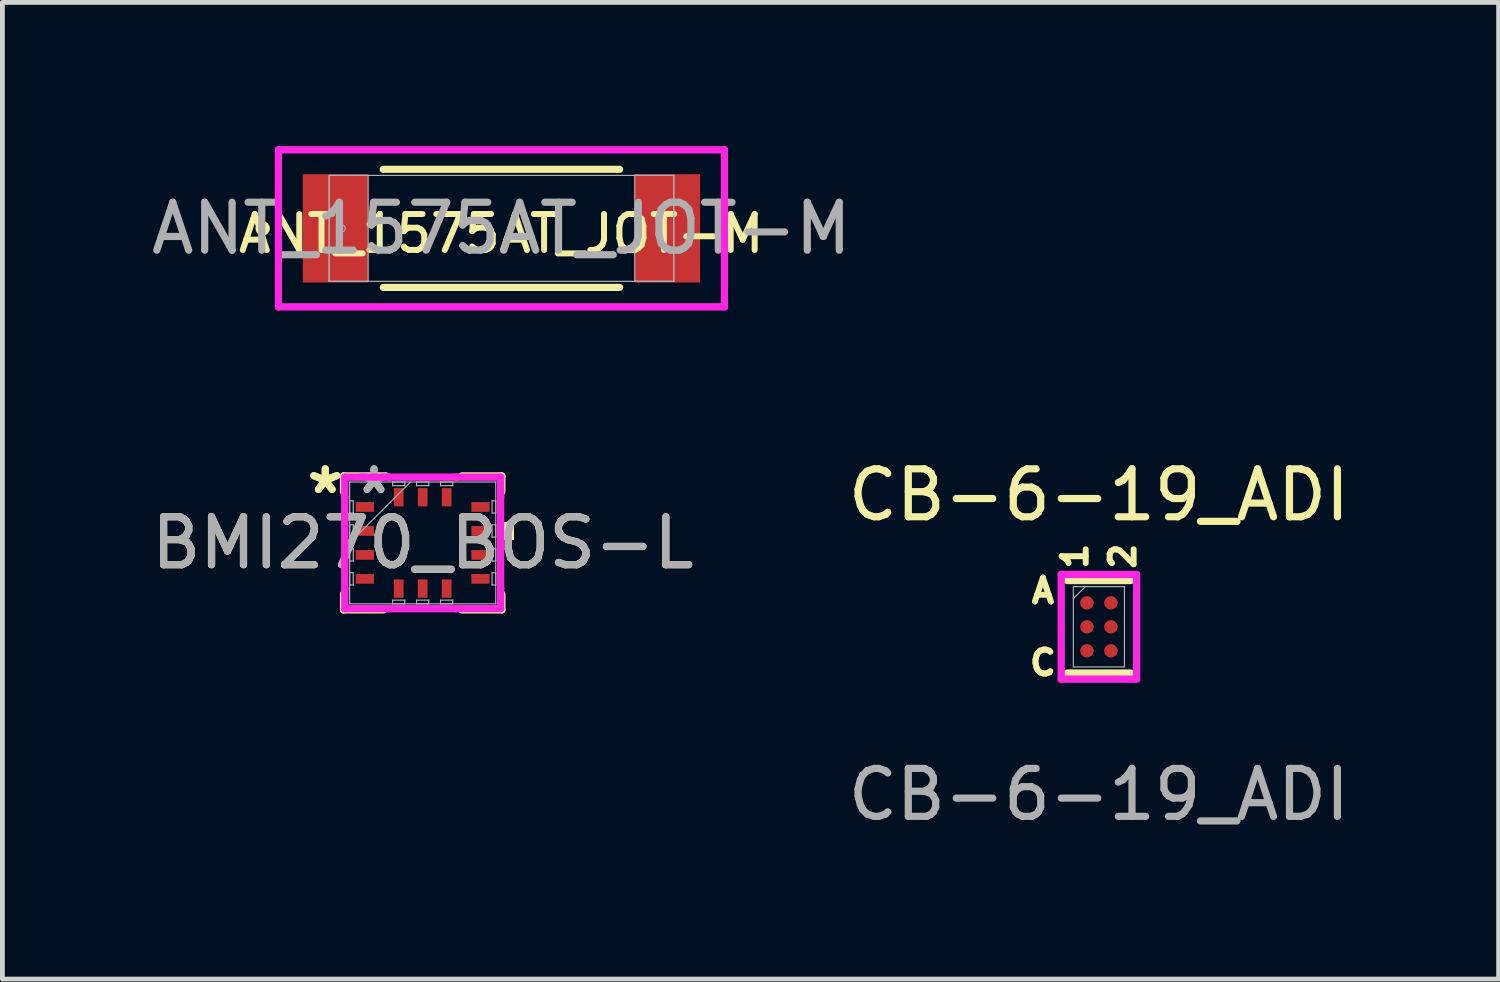
<source format=kicad_pcb>
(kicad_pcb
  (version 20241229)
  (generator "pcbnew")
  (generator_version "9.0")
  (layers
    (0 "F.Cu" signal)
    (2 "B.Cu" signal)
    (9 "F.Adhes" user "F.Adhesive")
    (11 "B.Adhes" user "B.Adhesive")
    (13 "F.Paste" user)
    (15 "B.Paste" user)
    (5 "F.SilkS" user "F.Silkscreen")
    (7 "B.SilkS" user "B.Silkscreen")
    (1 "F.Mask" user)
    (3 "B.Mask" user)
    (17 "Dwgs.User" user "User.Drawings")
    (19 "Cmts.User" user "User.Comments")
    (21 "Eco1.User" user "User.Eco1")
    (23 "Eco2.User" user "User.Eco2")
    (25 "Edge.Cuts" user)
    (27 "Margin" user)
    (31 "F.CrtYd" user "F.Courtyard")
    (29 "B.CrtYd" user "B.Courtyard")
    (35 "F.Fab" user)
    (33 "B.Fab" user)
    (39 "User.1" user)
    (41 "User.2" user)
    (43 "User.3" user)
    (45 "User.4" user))
  (footprint "ANT_1575AT_JOT-M"
    (layer "F.Cu")
    (at 7.411 1.714)
    (property "Reference" "ANT_1575AT_JOT-M" (at -0.003 0.11 0) (layer "F.SilkS") (effects (font (size 0.75 0.75) (thickness 0.125))))
    (attr smd)
    (fp_line (start -2.465 1.232) (end 2.465 1.232) (stroke (width 0.15) (type solid)) (layer "F.SilkS"))
    (fp_line (start 2.465 -1.232) (end -2.465 -1.232) (stroke (width 0.15) (type solid)) (layer "F.SilkS"))
    (fp_circle (center -4.982 0) (end -4.906 0) (stroke (width 0.15) (type solid)) (fill no) (layer "F.SilkS"))
    (fp_line (start -4.652 -1.638) (end 4.652 -1.638) (stroke (width 0.152) (type solid)) (layer "F.CrtYd"))
    (fp_line (start -4.652 1.638) (end -4.652 -1.638) (stroke (width 0.152) (type solid)) (layer "F.CrtYd"))
    (fp_line (start 4.652 -1.638) (end 4.652 1.638) (stroke (width 0.152) (type solid)) (layer "F.CrtYd"))
    (fp_line (start 4.652 1.638) (end -4.652 1.638) (stroke (width 0.152) (type solid)) (layer "F.CrtYd"))
    (fp_line (start -3.594 -1.105) (end -3.594 1.105) (stroke (width 0.025) (type solid)) (layer "F.Fab"))
    (fp_line (start -3.594 -1.105) (end -3.594 1.105) (stroke (width 0.025) (type solid)) (layer "F.Fab"))
    (fp_line (start -3.594 1.105) (end -2.781 1.105) (stroke (width 0.025) (type solid)) (layer "F.Fab"))
    (fp_line (start -3.594 1.105) (end 3.594 1.105) (stroke (width 0.025) (type solid)) (layer "F.Fab"))
    (fp_line (start -2.781 -1.105) (end -3.594 -1.105) (stroke (width 0.025) (type solid)) (layer "F.Fab"))
    (fp_line (start -2.781 1.105) (end -2.781 -1.105) (stroke (width 0.025) (type solid)) (layer "F.Fab"))
    (fp_line (start 2.781 -1.105) (end 2.781 1.105) (stroke (width 0.025) (type solid)) (layer "F.Fab"))
    (fp_line (start 2.781 1.105) (end 3.594 1.105) (stroke (width 0.025) (type solid)) (layer "F.Fab"))
    (fp_line (start 3.594 -1.105) (end -3.594 -1.105) (stroke (width 0.025) (type solid)) (layer "F.Fab"))
    (fp_line (start 3.594 -1.105) (end 2.781 -1.105) (stroke (width 0.025) (type solid)) (layer "F.Fab"))
    (fp_line (start 3.594 1.105) (end 3.594 -1.105) (stroke (width 0.025) (type solid)) (layer "F.Fab"))
    (fp_line (start 3.594 1.105) (end 3.594 -1.105) (stroke (width 0.025) (type solid)) (layer "F.Fab"))
    (fp_circle (center -3.336 0) (end -3.26 0) (stroke (width 0.025) (type solid)) (fill no) (layer "F.Fab"))
    (fp_text user "${REFERENCE}" (at 0 0 0) (unlocked yes) (layer "F.Fab") (effects (font (size 1 1) (thickness 0.15))))
    (pad "" smd rect (at 3.463 0) (size 1.363 2.26) (layers "F.Cu" "F.Mask" "F.Paste"))
    (pad "1" smd rect (at -3.463 0) (size 1.363 2.26) (layers "F.Cu" "F.Mask" "F.Paste"))
    (zone (net_name "") (layer "F.Cu") (hatch full 0.508) (connect_pads) (min_thickness 0.254) (filled_areas_thickness no) (keepout (tracks not_allowed) (vias not_allowed) (pads allowed) (copperpour not_allowed) (footprints allowed)) (placement (enabled no)) (fill) (polygon (pts (xy 4.68 0.66) (xy 10.141 0.66) (xy 10.141 2.768) (xy 4.68 2.768)))))
  (footprint "BMI270_BOS-L"
    (layer "F.Cu")
    (at 5.768 8.276)
    (property "Reference" "BMI270_BOS-L" (at 0 0 0) (unlocked yes) (layer "F.SilkS") (effects (font (size 1 1) (thickness 0.15))))
    (attr smd)
    (fp_line (start -1.651 -1.397) (end -1.651 -1.067) (stroke (width 0.152) (type solid)) (layer "F.SilkS"))
    (fp_line (start -1.651 1.067) (end -1.651 1.397) (stroke (width 0.152) (type solid)) (layer "F.SilkS"))
    (fp_line (start -1.651 1.397) (end -0.817 1.397) (stroke (width 0.152) (type solid)) (layer "F.SilkS"))
    (fp_line (start -0.817 -1.397) (end -1.651 -1.397) (stroke (width 0.152) (type solid)) (layer "F.SilkS"))
    (fp_line (start 0.817 1.397) (end 1.651 1.397) (stroke (width 0.152) (type solid)) (layer "F.SilkS"))
    (fp_line (start 1.651 -1.397) (end 0.817 -1.397) (stroke (width 0.152) (type solid)) (layer "F.SilkS"))
    (fp_line (start 1.651 -1.067) (end 1.651 -1.397) (stroke (width 0.152) (type solid)) (layer "F.SilkS"))
    (fp_line (start 1.651 1.397) (end 1.651 1.067) (stroke (width 0.152) (type solid)) (layer "F.SilkS"))
    (fp_poly (pts (xy 1.905 -0.441) (xy 1.905 -0.059) (xy 1.651 -0.059) (xy 1.651 -0.441)) (stroke (width 0) (type solid)) (fill yes) (layer "F.SilkS"))
    (fp_line (start -1.626 -1.372) (end -0.703 -1.372) (stroke (width 0.152) (type solid)) (layer "F.CrtYd"))
    (fp_line (start -1.626 -0.953) (end -1.626 -1.372) (stroke (width 0.152) (type solid)) (layer "F.CrtYd"))
    (fp_line (start -1.626 -0.953) (end -1.626 -0.953) (stroke (width 0.152) (type solid)) (layer "F.CrtYd"))
    (fp_line (start -1.626 0.953) (end -1.626 -0.953) (stroke (width 0.152) (type solid)) (layer "F.CrtYd"))
    (fp_line (start -1.626 0.953) (end -1.626 0.953) (stroke (width 0.152) (type solid)) (layer "F.CrtYd"))
    (fp_line (start -1.626 1.372) (end -1.626 0.953) (stroke (width 0.152) (type solid)) (layer "F.CrtYd"))
    (fp_line (start -0.703 -1.372) (end -0.703 -1.372) (stroke (width 0.152) (type solid)) (layer "F.CrtYd"))
    (fp_line (start -0.703 -1.372) (end 0.703 -1.372) (stroke (width 0.152) (type solid)) (layer "F.CrtYd"))
    (fp_line (start -0.703 1.372) (end -1.626 1.372) (stroke (width 0.152) (type solid)) (layer "F.CrtYd"))
    (fp_line (start -0.703 1.372) (end -0.703 1.372) (stroke (width 0.152) (type solid)) (layer "F.CrtYd"))
    (fp_line (start 0.703 -1.372) (end 0.703 -1.372) (stroke (width 0.152) (type solid)) (layer "F.CrtYd"))
    (fp_line (start 0.703 -1.372) (end 1.626 -1.372) (stroke (width 0.152) (type solid)) (layer "F.CrtYd"))
    (fp_line (start 0.703 1.372) (end -0.703 1.372) (stroke (width 0.152) (type solid)) (layer "F.CrtYd"))
    (fp_line (start 0.703 1.372) (end 0.703 1.372) (stroke (width 0.152) (type solid)) (layer "F.CrtYd"))
    (fp_line (start 1.626 -1.372) (end 1.626 -0.953) (stroke (width 0.152) (type solid)) (layer "F.CrtYd"))
    (fp_line (start 1.626 -0.953) (end 1.626 -0.953) (stroke (width 0.152) (type solid)) (layer "F.CrtYd"))
    (fp_line (start 1.626 -0.953) (end 1.626 0.953) (stroke (width 0.152) (type solid)) (layer "F.CrtYd"))
    (fp_line (start 1.626 0.953) (end 1.626 0.953) (stroke (width 0.152) (type solid)) (layer "F.CrtYd"))
    (fp_line (start 1.626 0.953) (end 1.626 1.372) (stroke (width 0.152) (type solid)) (layer "F.CrtYd"))
    (fp_line (start 1.626 1.372) (end 0.703 1.372) (stroke (width 0.152) (type solid)) (layer "F.CrtYd"))
    (fp_line (start -1.524 -1.27) (end -1.524 -1.27) (stroke (width 0.025) (type solid)) (layer "F.Fab"))
    (fp_line (start -1.524 -1.27) (end -1.524 1.27) (stroke (width 0.025) (type solid)) (layer "F.Fab"))
    (fp_line (start -1.524 -0.877) (end -1.448 -0.877) (stroke (width 0.025) (type solid)) (layer "F.Fab"))
    (fp_line (start -1.524 -0.623) (end -1.524 -0.877) (stroke (width 0.025) (type solid)) (layer "F.Fab"))
    (fp_line (start -1.524 -0.377) (end -1.448 -0.377) (stroke (width 0.025) (type solid)) (layer "F.Fab"))
    (fp_line (start -1.524 -0.123) (end -1.524 -0.377) (stroke (width 0.025) (type solid)) (layer "F.Fab"))
    (fp_line (start -1.524 0) (end -0.254 -1.27) (stroke (width 0.025) (type solid)) (layer "F.Fab"))
    (fp_line (start -1.524 0.123) (end -1.448 0.123) (stroke (width 0.025) (type solid)) (layer "F.Fab"))
    (fp_line (start -1.524 0.377) (end -1.524 0.123) (stroke (width 0.025) (type solid)) (layer "F.Fab"))
    (fp_line (start -1.524 0.623) (end -1.448 0.623) (stroke (width 0.025) (type solid)) (layer "F.Fab"))
    (fp_line (start -1.524 0.877) (end -1.524 0.623) (stroke (width 0.025) (type solid)) (layer "F.Fab"))
    (fp_line (start -1.524 1.27) (end -1.524 1.27) (stroke (width 0.025) (type solid)) (layer "F.Fab"))
    (fp_line (start -1.524 1.27) (end 1.524 1.27) (stroke (width 0.025) (type solid)) (layer "F.Fab"))
    (fp_line (start -1.448 -0.877) (end -1.448 -0.623) (stroke (width 0.025) (type solid)) (layer "F.Fab"))
    (fp_line (start -1.448 -0.623) (end -1.524 -0.623) (stroke (width 0.025) (type solid)) (layer "F.Fab"))
    (fp_line (start -1.448 -0.377) (end -1.448 -0.123) (stroke (width 0.025) (type solid)) (layer "F.Fab"))
    (fp_line (start -1.448 -0.123) (end -1.524 -0.123) (stroke (width 0.025) (type solid)) (layer "F.Fab"))
    (fp_line (start -1.448 0.123) (end -1.448 0.377) (stroke (width 0.025) (type solid)) (layer "F.Fab"))
    (fp_line (start -1.448 0.377) (end -1.524 0.377) (stroke (width 0.025) (type solid)) (layer "F.Fab"))
    (fp_line (start -1.448 0.623) (end -1.448 0.877) (stroke (width 0.025) (type solid)) (layer "F.Fab"))
    (fp_line (start -1.448 0.877) (end -1.524 0.877) (stroke (width 0.025) (type solid)) (layer "F.Fab"))
    (fp_line (start -0.627 -1.27) (end -0.373 -1.27) (stroke (width 0.025) (type solid)) (layer "F.Fab"))
    (fp_line (start -0.627 -1.194) (end -0.627 -1.27) (stroke (width 0.025) (type solid)) (layer "F.Fab"))
    (fp_line (start -0.627 1.194) (end -0.373 1.194) (stroke (width 0.025) (type solid)) (layer "F.Fab"))
    (fp_line (start -0.627 1.27) (end -0.627 1.194) (stroke (width 0.025) (type solid)) (layer "F.Fab"))
    (fp_line (start -0.373 -1.27) (end -0.373 -1.194) (stroke (width 0.025) (type solid)) (layer "F.Fab"))
    (fp_line (start -0.373 -1.194) (end -0.627 -1.194) (stroke (width 0.025) (type solid)) (layer "F.Fab"))
    (fp_line (start -0.373 1.194) (end -0.373 1.27) (stroke (width 0.025) (type solid)) (layer "F.Fab"))
    (fp_line (start -0.373 1.27) (end -0.627 1.27) (stroke (width 0.025) (type solid)) (layer "F.Fab"))
    (fp_line (start -0.127 -1.27) (end 0.127 -1.27) (stroke (width 0.025) (type solid)) (layer "F.Fab"))
    (fp_line (start -0.127 -1.194) (end -0.127 -1.27) (stroke (width 0.025) (type solid)) (layer "F.Fab"))
    (fp_line (start -0.127 1.194) (end 0.127 1.194) (stroke (width 0.025) (type solid)) (layer "F.Fab"))
    (fp_line (start -0.127 1.27) (end -0.127 1.194) (stroke (width 0.025) (type solid)) (layer "F.Fab"))
    (fp_line (start 0.127 -1.27) (end 0.127 -1.194) (stroke (width 0.025) (type solid)) (layer "F.Fab"))
    (fp_line (start 0.127 -1.194) (end -0.127 -1.194) (stroke (width 0.025) (type solid)) (layer "F.Fab"))
    (fp_line (start 0.127 1.194) (end 0.127 1.27) (stroke (width 0.025) (type solid)) (layer "F.Fab"))
    (fp_line (start 0.127 1.27) (end -0.127 1.27) (stroke (width 0.025) (type solid)) (layer "F.Fab"))
    (fp_line (start 0.373 -1.27) (end 0.627 -1.27) (stroke (width 0.025) (type solid)) (layer "F.Fab"))
    (fp_line (start 0.373 -1.194) (end 0.373 -1.27) (stroke (width 0.025) (type solid)) (layer "F.Fab"))
    (fp_line (start 0.373 1.194) (end 0.627 1.194) (stroke (width 0.025) (type solid)) (layer "F.Fab"))
    (fp_line (start 0.373 1.27) (end 0.373 1.194) (stroke (width 0.025) (type solid)) (layer "F.Fab"))
    (fp_line (start 0.627 -1.27) (end 0.627 -1.194) (stroke (width 0.025) (type solid)) (layer "F.Fab"))
    (fp_line (start 0.627 -1.194) (end 0.373 -1.194) (stroke (width 0.025) (type solid)) (layer "F.Fab"))
    (fp_line (start 0.627 1.194) (end 0.627 1.27) (stroke (width 0.025) (type solid)) (layer "F.Fab"))
    (fp_line (start 0.627 1.27) (end 0.373 1.27) (stroke (width 0.025) (type solid)) (layer "F.Fab"))
    (fp_line (start 1.448 -0.877) (end 1.524 -0.877) (stroke (width 0.025) (type solid)) (layer "F.Fab"))
    (fp_line (start 1.448 -0.623) (end 1.448 -0.877) (stroke (width 0.025) (type solid)) (layer "F.Fab"))
    (fp_line (start 1.448 -0.377) (end 1.524 -0.377) (stroke (width 0.025) (type solid)) (layer "F.Fab"))
    (fp_line (start 1.448 -0.123) (end 1.448 -0.377) (stroke (width 0.025) (type solid)) (layer "F.Fab"))
    (fp_line (start 1.448 0.123) (end 1.524 0.123) (stroke (width 0.025) (type solid)) (layer "F.Fab"))
    (fp_line (start 1.448 0.377) (end 1.448 0.123) (stroke (width 0.025) (type solid)) (layer "F.Fab"))
    (fp_line (start 1.448 0.623) (end 1.524 0.623) (stroke (width 0.025) (type solid)) (layer "F.Fab"))
    (fp_line (start 1.448 0.877) (end 1.448 0.623) (stroke (width 0.025) (type solid)) (layer "F.Fab"))
    (fp_line (start 1.524 -1.27) (end -1.524 -1.27) (stroke (width 0.025) (type solid)) (layer "F.Fab"))
    (fp_line (start 1.524 -1.27) (end 1.524 -1.27) (stroke (width 0.025) (type solid)) (layer "F.Fab"))
    (fp_line (start 1.524 -0.877) (end 1.524 -0.623) (stroke (width 0.025) (type solid)) (layer "F.Fab"))
    (fp_line (start 1.524 -0.623) (end 1.448 -0.623) (stroke (width 0.025) (type solid)) (layer "F.Fab"))
    (fp_line (start 1.524 -0.377) (end 1.524 -0.123) (stroke (width 0.025) (type solid)) (layer "F.Fab"))
    (fp_line (start 1.524 -0.123) (end 1.448 -0.123) (stroke (width 0.025) (type solid)) (layer "F.Fab"))
    (fp_line (start 1.524 0.123) (end 1.524 0.377) (stroke (width 0.025) (type solid)) (layer "F.Fab"))
    (fp_line (start 1.524 0.377) (end 1.448 0.377) (stroke (width 0.025) (type solid)) (layer "F.Fab"))
    (fp_line (start 1.524 0.623) (end 1.524 0.877) (stroke (width 0.025) (type solid)) (layer "F.Fab"))
    (fp_line (start 1.524 0.877) (end 1.448 0.877) (stroke (width 0.025) (type solid)) (layer "F.Fab"))
    (fp_line (start 1.524 1.27) (end 1.524 -1.27) (stroke (width 0.025) (type solid)) (layer "F.Fab"))
    (fp_line (start 1.524 1.27) (end 1.524 1.27) (stroke (width 0.025) (type solid)) (layer "F.Fab"))
    (fp_text user "*" (at -2.032 -1 0) (layer "F.SilkS") (effects (font (size 1 1) (thickness 0.15))))
    (fp_text user "*" (at -2.032 -1 0) (unlocked yes) (layer "F.SilkS") (effects (font (size 1 1) (thickness 0.15))))
    (fp_text user "${REFERENCE}" (at 0 0 0) (unlocked yes) (layer "F.Fab") (effects (font (size 1 1) (thickness 0.15))))
    (fp_text user "*" (at -1.016 -1 0) (unlocked yes) (layer "F.Fab") (effects (font (size 1 1) (thickness 0.15))))
    (fp_text user "*" (at -1.016 -1 0) (layer "F.Fab") (effects (font (size 1 1) (thickness 0.15))))
    (pad "1" smd rect (at -1.206 -0.75 90) (size 0.203 0.381) (layers "F.Cu" "F.Mask" "F.Paste"))
    (pad "2" smd rect (at -1.206 -0.25 90) (size 0.203 0.381) (layers "F.Cu" "F.Mask" "F.Paste"))
    (pad "3" smd rect (at -1.206 0.25 90) (size 0.203 0.381) (layers "F.Cu" "F.Mask" "F.Paste"))
    (pad "4" smd rect (at -1.206 0.75 90) (size 0.203 0.381) (layers "F.Cu" "F.Mask" "F.Paste"))
    (pad "5" smd rect (at -0.5 0.953) (size 0.203 0.381) (layers "F.Cu" "F.Mask" "F.Paste"))
    (pad "6" smd rect (at 0 0.953) (size 0.203 0.381) (layers "F.Cu" "F.Mask" "F.Paste"))
    (pad "7" smd rect (at 0.5 0.953) (size 0.203 0.381) (layers "F.Cu" "F.Mask" "F.Paste"))
    (pad "8" smd rect (at 1.206 0.75 90) (size 0.203 0.381) (layers "F.Cu" "F.Mask" "F.Paste"))
    (pad "9" smd rect (at 1.206 0.25 90) (size 0.203 0.381) (layers "F.Cu" "F.Mask" "F.Paste"))
    (pad "10" smd rect (at 1.206 -0.25 90) (size 0.203 0.381) (layers "F.Cu" "F.Mask" "F.Paste"))
    (pad "11" smd rect (at 1.206 -0.75 90) (size 0.203 0.381) (layers "F.Cu" "F.Mask" "F.Paste"))
    (pad "12" smd rect (at 0.5 -0.953) (size 0.203 0.381) (layers "F.Cu" "F.Mask" "F.Paste"))
    (pad "13" smd rect (at 0 -0.953) (size 0.203 0.381) (layers "F.Cu" "F.Mask" "F.Paste"))
    (pad "14" smd rect (at -0.5 -0.953) (size 0.203 0.381) (layers "F.Cu" "F.Mask" "F.Paste")))
  (footprint "CB-6-19_ADI"
    (layer "F.Cu")
    (at 19.875 10.026)
    (property "Reference" "CB-6-19_ADI" (at 0 -2.75 0) (unlocked yes) (layer "F.SilkS") (effects (font (size 1 1) (thickness 0.15))))
    (attr smd)
    (fp_line (start -0.66 0.965) (end 0.66 0.965) (stroke (width 0.152) (type solid)) (layer "F.SilkS"))
    (fp_line (start 0.66 -0.965) (end -0.66 -0.965) (stroke (width 0.152) (type solid)) (layer "F.SilkS"))
    (fp_line (start -0.787 -1.092) (end 0.787 -1.092) (stroke (width 0.152) (type solid)) (layer "F.CrtYd"))
    (fp_line (start -0.787 1.092) (end -0.787 -1.092) (stroke (width 0.152) (type solid)) (layer "F.CrtYd"))
    (fp_line (start 0.787 -1.092) (end 0.787 1.092) (stroke (width 0.152) (type solid)) (layer "F.CrtYd"))
    (fp_line (start 0.787 1.092) (end -0.787 1.092) (stroke (width 0.152) (type solid)) (layer "F.CrtYd"))
    (fp_line (start -0.533 -0.838) (end -0.533 0.838) (stroke (width 0.025) (type solid)) (layer "F.Fab"))
    (fp_line (start -0.533 0.838) (end 0.533 0.838) (stroke (width 0.025) (type solid)) (layer "F.Fab"))
    (fp_line (start -0.283 -0.838) (end -0.533 -0.588) (stroke (width 0.025) (type solid)) (layer "F.Fab"))
    (fp_line (start 0.533 -0.838) (end -0.533 -0.838) (stroke (width 0.025) (type solid)) (layer "F.Fab"))
    (fp_line (start 0.533 0.838) (end 0.533 -0.838) (stroke (width 0.025) (type solid)) (layer "F.Fab"))
    (fp_text user "C" (at -1.168 0.75 0) (unlocked yes) (layer "F.SilkS") (effects (font (size 0.5 0.5) (thickness 0.125) (bold yes))))
    (fp_text user "A" (at -1.168 -0.75 0) (unlocked yes) (layer "F.SilkS") (effects (font (size 0.5 0.5) (thickness 0.125))))
    (fp_text user "1" (at -0.5 -1.473 90) (unlocked yes) (layer "F.SilkS") (effects (font (size 0.5 0.5) (thickness 0.125))))
    (fp_text user "2" (at 0.5 -1.473 90) (unlocked yes) (layer "F.SilkS") (effects (font (size 0.5 0.5) (thickness 0.125))))
    (fp_text user "${REFERENCE}" (at 0 3.5 0) (unlocked yes) (layer "F.Fab") (effects (font (size 1 1) (thickness 0.15))))
    (pad "A1" smd circle (at -0.25 -0.5) (size 0.279 0.279) (layers "F.Cu" "F.Mask" "F.Paste"))
    (pad "A2" smd circle (at 0.25 -0.5) (size 0.279 0.279) (layers "F.Cu" "F.Mask" "F.Paste"))
    (pad "B1" smd circle (at -0.25 0) (size 0.279 0.279) (layers "F.Cu" "F.Mask" "F.Paste"))
    (pad "B2" smd circle (at 0.25 0) (size 0.279 0.279) (layers "F.Cu" "F.Mask" "F.Paste"))
    (pad "C1" smd circle (at -0.25 0.5) (size 0.279 0.279) (layers "F.Cu" "F.Mask" "F.Paste"))
    (pad "C2" smd circle (at 0.25 0.5) (size 0.279 0.279) (layers "F.Cu" "F.Mask" "F.Paste")))
  (gr_rect
    (start -3 -3)
    (end 28.214 17.375)
    (stroke (width 0.1) (type default))
    (fill no)
    (layer "Edge.Cuts")))
</source>
